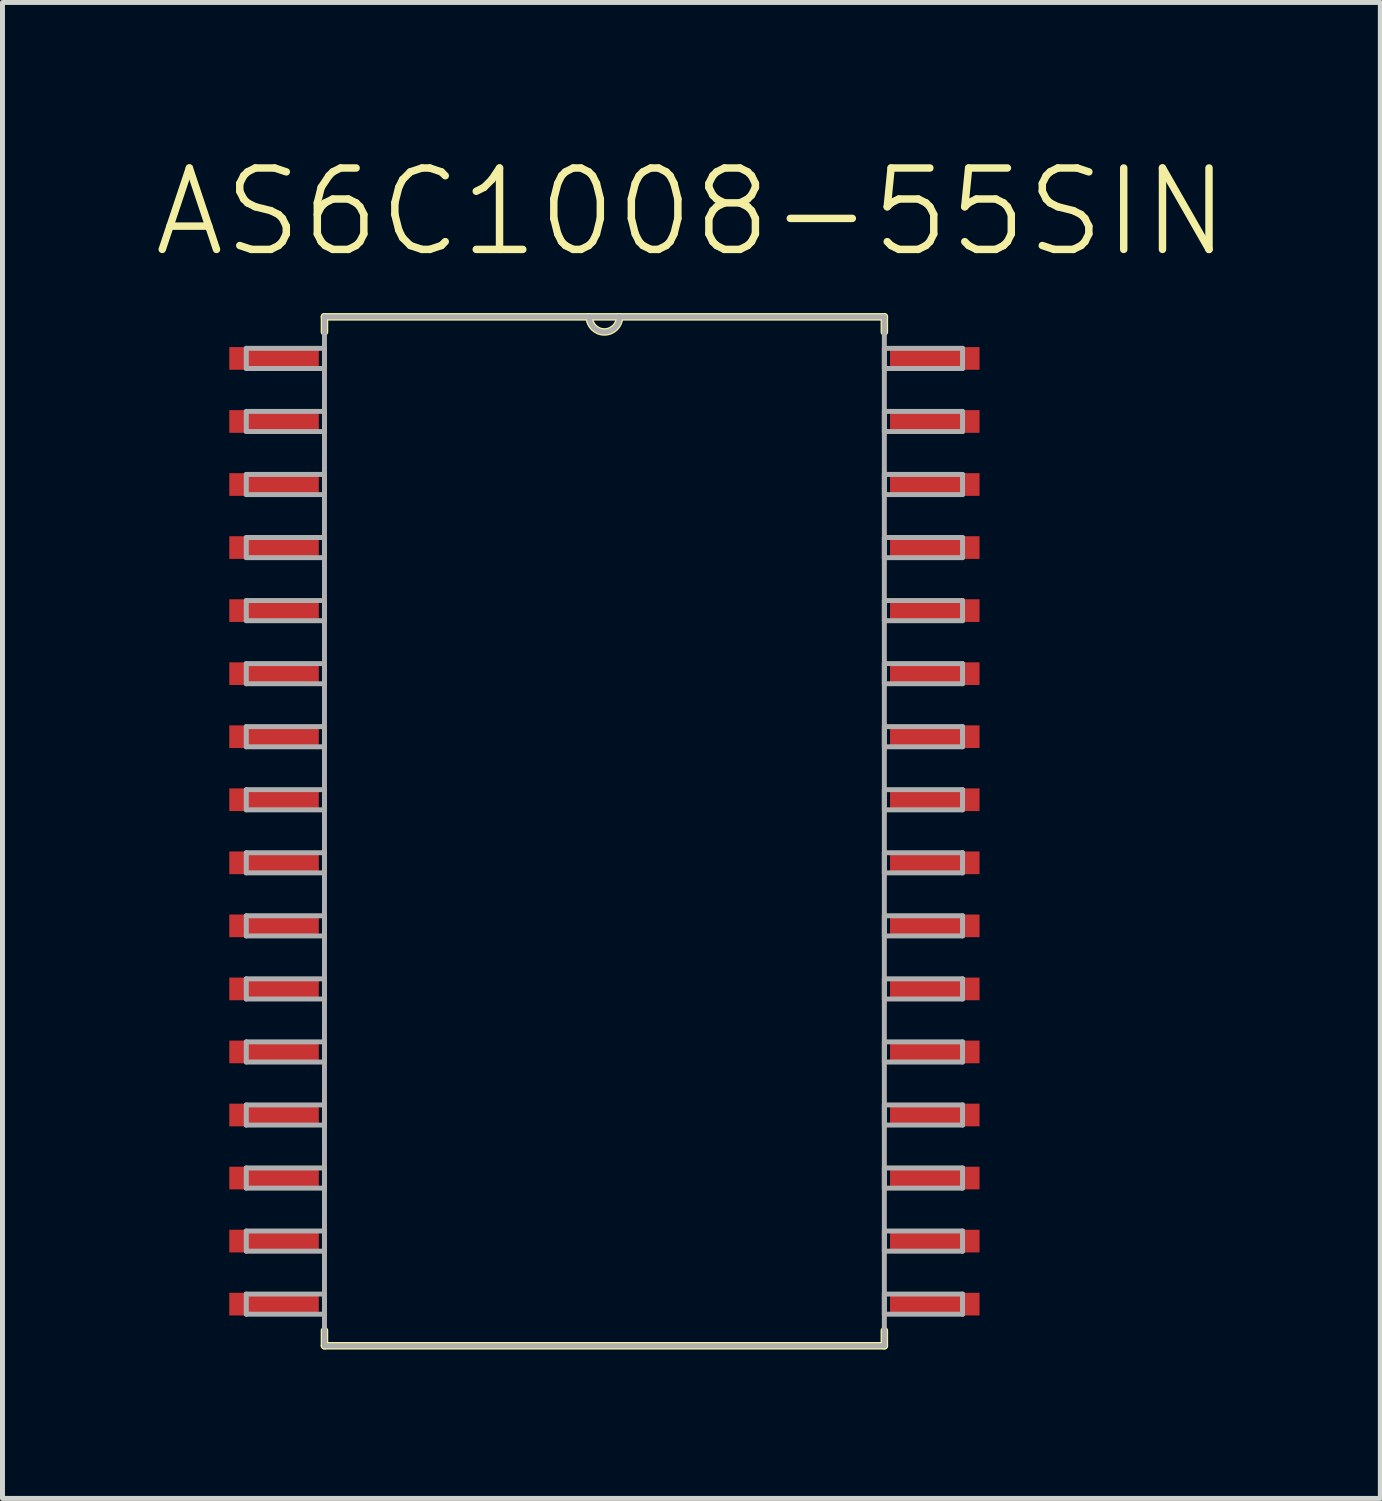
<source format=kicad_pcb>
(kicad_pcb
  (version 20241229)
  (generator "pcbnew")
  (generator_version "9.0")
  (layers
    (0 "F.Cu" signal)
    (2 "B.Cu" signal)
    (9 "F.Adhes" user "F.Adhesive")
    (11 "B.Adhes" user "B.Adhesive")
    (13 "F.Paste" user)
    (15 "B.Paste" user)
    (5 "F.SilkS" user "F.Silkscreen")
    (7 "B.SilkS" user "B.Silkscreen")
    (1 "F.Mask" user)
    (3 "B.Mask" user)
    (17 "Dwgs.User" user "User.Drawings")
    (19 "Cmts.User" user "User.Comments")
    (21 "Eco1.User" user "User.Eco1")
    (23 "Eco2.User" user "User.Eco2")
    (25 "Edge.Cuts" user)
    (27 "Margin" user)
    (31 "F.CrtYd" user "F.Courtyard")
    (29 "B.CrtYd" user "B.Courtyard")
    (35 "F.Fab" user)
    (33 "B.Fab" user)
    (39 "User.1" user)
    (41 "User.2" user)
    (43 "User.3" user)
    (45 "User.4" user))
  (footprint "AS6C1008-55SIN"
    (layer "F.Cu")
    (at 9.125 13.695)
    (property "Reference" "AS6C1008-55SIN" (at 1.753 -12.472 0) (layer "F.SilkS") (effects (font (size 1.64 1.64) (thickness 0.15))))
    (attr smd)
    (fp_line (start -5.639 -10.363) (end -5.639 -10.058) (stroke (width 0.152) (type solid)) (layer "F.SilkS"))
    (fp_line (start -5.639 10.058) (end -5.639 10.363) (stroke (width 0.152) (type solid)) (layer "F.SilkS"))
    (fp_line (start -5.639 10.363) (end 5.639 10.363) (stroke (width 0.152) (type solid)) (layer "F.SilkS"))
    (fp_line (start -0.305 -10.363) (end -5.639 -10.363) (stroke (width 0.152) (type solid)) (layer "F.SilkS"))
    (fp_line (start 0.305 -10.363) (end -0.305 -10.363) (stroke (width 0.152) (type solid)) (layer "F.SilkS"))
    (fp_line (start 5.639 -10.363) (end 0.305 -10.363) (stroke (width 0.152) (type solid)) (layer "F.SilkS"))
    (fp_line (start 5.639 -10.058) (end 5.639 -10.363) (stroke (width 0.152) (type solid)) (layer "F.SilkS"))
    (fp_line (start 5.639 10.363) (end 5.639 10.058) (stroke (width 0.152) (type solid)) (layer "F.SilkS"))
    (fp_arc (start 0.3048 -10.3632) (mid 0 -10.0584) (end -0.3048 -10.3632) (stroke (width 0.1524) (type solid)) (layer "F.SilkS"))
    (fp_line (start -7.214 -9.728) (end -7.214 -9.322) (stroke (width 0.1) (type solid)) (layer "F.Fab"))
    (fp_line (start -7.214 -9.322) (end -5.639 -9.322) (stroke (width 0.1) (type solid)) (layer "F.Fab"))
    (fp_line (start -7.214 -8.458) (end -7.214 -8.052) (stroke (width 0.1) (type solid)) (layer "F.Fab"))
    (fp_line (start -7.214 -8.052) (end -5.639 -8.052) (stroke (width 0.1) (type solid)) (layer "F.Fab"))
    (fp_line (start -7.214 -7.188) (end -7.214 -6.782) (stroke (width 0.1) (type solid)) (layer "F.Fab"))
    (fp_line (start -7.214 -6.782) (end -5.639 -6.782) (stroke (width 0.1) (type solid)) (layer "F.Fab"))
    (fp_line (start -7.214 -5.918) (end -7.214 -5.512) (stroke (width 0.1) (type solid)) (layer "F.Fab"))
    (fp_line (start -7.214 -5.512) (end -5.639 -5.512) (stroke (width 0.1) (type solid)) (layer "F.Fab"))
    (fp_line (start -7.214 -4.648) (end -7.214 -4.242) (stroke (width 0.1) (type solid)) (layer "F.Fab"))
    (fp_line (start -7.214 -4.242) (end -5.639 -4.242) (stroke (width 0.1) (type solid)) (layer "F.Fab"))
    (fp_line (start -7.214 -3.378) (end -7.214 -2.972) (stroke (width 0.1) (type solid)) (layer "F.Fab"))
    (fp_line (start -7.214 -2.972) (end -5.639 -2.972) (stroke (width 0.1) (type solid)) (layer "F.Fab"))
    (fp_line (start -7.214 -2.108) (end -7.214 -1.702) (stroke (width 0.1) (type solid)) (layer "F.Fab"))
    (fp_line (start -7.214 -1.702) (end -5.639 -1.702) (stroke (width 0.1) (type solid)) (layer "F.Fab"))
    (fp_line (start -7.214 -0.838) (end -7.214 -0.432) (stroke (width 0.1) (type solid)) (layer "F.Fab"))
    (fp_line (start -7.214 -0.432) (end -5.639 -0.432) (stroke (width 0.1) (type solid)) (layer "F.Fab"))
    (fp_line (start -7.214 0.432) (end -7.214 0.838) (stroke (width 0.1) (type solid)) (layer "F.Fab"))
    (fp_line (start -7.214 0.838) (end -5.639 0.838) (stroke (width 0.1) (type solid)) (layer "F.Fab"))
    (fp_line (start -7.214 1.702) (end -7.214 2.108) (stroke (width 0.1) (type solid)) (layer "F.Fab"))
    (fp_line (start -7.214 2.108) (end -5.639 2.108) (stroke (width 0.1) (type solid)) (layer "F.Fab"))
    (fp_line (start -7.214 2.972) (end -7.214 3.378) (stroke (width 0.1) (type solid)) (layer "F.Fab"))
    (fp_line (start -7.214 3.378) (end -5.639 3.378) (stroke (width 0.1) (type solid)) (layer "F.Fab"))
    (fp_line (start -7.214 4.242) (end -7.214 4.648) (stroke (width 0.1) (type solid)) (layer "F.Fab"))
    (fp_line (start -7.214 4.648) (end -5.639 4.648) (stroke (width 0.1) (type solid)) (layer "F.Fab"))
    (fp_line (start -7.214 5.512) (end -7.214 5.918) (stroke (width 0.1) (type solid)) (layer "F.Fab"))
    (fp_line (start -7.214 5.918) (end -5.639 5.918) (stroke (width 0.1) (type solid)) (layer "F.Fab"))
    (fp_line (start -7.214 6.782) (end -7.214 7.188) (stroke (width 0.1) (type solid)) (layer "F.Fab"))
    (fp_line (start -7.214 7.188) (end -5.639 7.188) (stroke (width 0.1) (type solid)) (layer "F.Fab"))
    (fp_line (start -7.214 8.052) (end -7.214 8.458) (stroke (width 0.1) (type solid)) (layer "F.Fab"))
    (fp_line (start -7.214 8.458) (end -5.639 8.458) (stroke (width 0.1) (type solid)) (layer "F.Fab"))
    (fp_line (start -7.214 9.322) (end -7.214 9.728) (stroke (width 0.1) (type solid)) (layer "F.Fab"))
    (fp_line (start -7.214 9.728) (end -5.639 9.728) (stroke (width 0.1) (type solid)) (layer "F.Fab"))
    (fp_line (start -5.639 -10.363) (end -5.639 10.363) (stroke (width 0.1) (type solid)) (layer "F.Fab"))
    (fp_line (start -5.639 -9.728) (end -7.214 -9.728) (stroke (width 0.1) (type solid)) (layer "F.Fab"))
    (fp_line (start -5.639 -9.322) (end -5.639 -9.728) (stroke (width 0.1) (type solid)) (layer "F.Fab"))
    (fp_line (start -5.639 -8.458) (end -7.214 -8.458) (stroke (width 0.1) (type solid)) (layer "F.Fab"))
    (fp_line (start -5.639 -8.052) (end -5.639 -8.458) (stroke (width 0.1) (type solid)) (layer "F.Fab"))
    (fp_line (start -5.639 -7.188) (end -7.214 -7.188) (stroke (width 0.1) (type solid)) (layer "F.Fab"))
    (fp_line (start -5.639 -6.782) (end -5.639 -7.188) (stroke (width 0.1) (type solid)) (layer "F.Fab"))
    (fp_line (start -5.639 -5.918) (end -7.214 -5.918) (stroke (width 0.1) (type solid)) (layer "F.Fab"))
    (fp_line (start -5.639 -5.512) (end -5.639 -5.918) (stroke (width 0.1) (type solid)) (layer "F.Fab"))
    (fp_line (start -5.639 -4.648) (end -7.214 -4.648) (stroke (width 0.1) (type solid)) (layer "F.Fab"))
    (fp_line (start -5.639 -4.242) (end -5.639 -4.648) (stroke (width 0.1) (type solid)) (layer "F.Fab"))
    (fp_line (start -5.639 -3.378) (end -7.214 -3.378) (stroke (width 0.1) (type solid)) (layer "F.Fab"))
    (fp_line (start -5.639 -2.972) (end -5.639 -3.378) (stroke (width 0.1) (type solid)) (layer "F.Fab"))
    (fp_line (start -5.639 -2.108) (end -7.214 -2.108) (stroke (width 0.1) (type solid)) (layer "F.Fab"))
    (fp_line (start -5.639 -1.702) (end -5.639 -2.108) (stroke (width 0.1) (type solid)) (layer "F.Fab"))
    (fp_line (start -5.639 -0.838) (end -7.214 -0.838) (stroke (width 0.1) (type solid)) (layer "F.Fab"))
    (fp_line (start -5.639 -0.432) (end -5.639 -0.838) (stroke (width 0.1) (type solid)) (layer "F.Fab"))
    (fp_line (start -5.639 0.432) (end -7.214 0.432) (stroke (width 0.1) (type solid)) (layer "F.Fab"))
    (fp_line (start -5.639 0.838) (end -5.639 0.432) (stroke (width 0.1) (type solid)) (layer "F.Fab"))
    (fp_line (start -5.639 1.702) (end -7.214 1.702) (stroke (width 0.1) (type solid)) (layer "F.Fab"))
    (fp_line (start -5.639 2.108) (end -5.639 1.702) (stroke (width 0.1) (type solid)) (layer "F.Fab"))
    (fp_line (start -5.639 2.972) (end -7.214 2.972) (stroke (width 0.1) (type solid)) (layer "F.Fab"))
    (fp_line (start -5.639 3.378) (end -5.639 2.972) (stroke (width 0.1) (type solid)) (layer "F.Fab"))
    (fp_line (start -5.639 4.242) (end -7.214 4.242) (stroke (width 0.1) (type solid)) (layer "F.Fab"))
    (fp_line (start -5.639 4.648) (end -5.639 4.242) (stroke (width 0.1) (type solid)) (layer "F.Fab"))
    (fp_line (start -5.639 5.512) (end -7.214 5.512) (stroke (width 0.1) (type solid)) (layer "F.Fab"))
    (fp_line (start -5.639 5.918) (end -5.639 5.512) (stroke (width 0.1) (type solid)) (layer "F.Fab"))
    (fp_line (start -5.639 6.782) (end -7.214 6.782) (stroke (width 0.1) (type solid)) (layer "F.Fab"))
    (fp_line (start -5.639 7.188) (end -5.639 6.782) (stroke (width 0.1) (type solid)) (layer "F.Fab"))
    (fp_line (start -5.639 8.052) (end -7.214 8.052) (stroke (width 0.1) (type solid)) (layer "F.Fab"))
    (fp_line (start -5.639 8.458) (end -5.639 8.052) (stroke (width 0.1) (type solid)) (layer "F.Fab"))
    (fp_line (start -5.639 9.322) (end -7.214 9.322) (stroke (width 0.1) (type solid)) (layer "F.Fab"))
    (fp_line (start -5.639 9.728) (end -5.639 9.322) (stroke (width 0.1) (type solid)) (layer "F.Fab"))
    (fp_line (start -5.639 10.363) (end 5.639 10.363) (stroke (width 0.1) (type solid)) (layer "F.Fab"))
    (fp_line (start -0.305 -10.363) (end -5.639 -10.363) (stroke (width 0.1) (type solid)) (layer "F.Fab"))
    (fp_line (start 0.305 -10.363) (end -0.305 -10.363) (stroke (width 0.1) (type solid)) (layer "F.Fab"))
    (fp_line (start 5.639 -10.363) (end 0.305 -10.363) (stroke (width 0.1) (type solid)) (layer "F.Fab"))
    (fp_line (start 5.639 -9.728) (end 5.639 -9.322) (stroke (width 0.1) (type solid)) (layer "F.Fab"))
    (fp_line (start 5.639 -9.322) (end 7.214 -9.322) (stroke (width 0.1) (type solid)) (layer "F.Fab"))
    (fp_line (start 5.639 -8.458) (end 5.639 -8.052) (stroke (width 0.1) (type solid)) (layer "F.Fab"))
    (fp_line (start 5.639 -8.052) (end 7.214 -8.052) (stroke (width 0.1) (type solid)) (layer "F.Fab"))
    (fp_line (start 5.639 -7.188) (end 5.639 -6.782) (stroke (width 0.1) (type solid)) (layer "F.Fab"))
    (fp_line (start 5.639 -6.782) (end 7.214 -6.782) (stroke (width 0.1) (type solid)) (layer "F.Fab"))
    (fp_line (start 5.639 -5.918) (end 5.639 -5.512) (stroke (width 0.1) (type solid)) (layer "F.Fab"))
    (fp_line (start 5.639 -5.512) (end 7.214 -5.512) (stroke (width 0.1) (type solid)) (layer "F.Fab"))
    (fp_line (start 5.639 -4.648) (end 5.639 -4.242) (stroke (width 0.1) (type solid)) (layer "F.Fab"))
    (fp_line (start 5.639 -4.242) (end 7.214 -4.242) (stroke (width 0.1) (type solid)) (layer "F.Fab"))
    (fp_line (start 5.639 -3.378) (end 5.639 -2.972) (stroke (width 0.1) (type solid)) (layer "F.Fab"))
    (fp_line (start 5.639 -2.972) (end 7.214 -2.972) (stroke (width 0.1) (type solid)) (layer "F.Fab"))
    (fp_line (start 5.639 -2.108) (end 5.639 -1.702) (stroke (width 0.1) (type solid)) (layer "F.Fab"))
    (fp_line (start 5.639 -1.702) (end 7.214 -1.702) (stroke (width 0.1) (type solid)) (layer "F.Fab"))
    (fp_line (start 5.639 -0.838) (end 5.639 -0.432) (stroke (width 0.1) (type solid)) (layer "F.Fab"))
    (fp_line (start 5.639 -0.432) (end 7.214 -0.432) (stroke (width 0.1) (type solid)) (layer "F.Fab"))
    (fp_line (start 5.639 0.432) (end 5.639 0.838) (stroke (width 0.1) (type solid)) (layer "F.Fab"))
    (fp_line (start 5.639 0.838) (end 7.214 0.838) (stroke (width 0.1) (type solid)) (layer "F.Fab"))
    (fp_line (start 5.639 1.702) (end 5.639 2.108) (stroke (width 0.1) (type solid)) (layer "F.Fab"))
    (fp_line (start 5.639 2.108) (end 7.214 2.108) (stroke (width 0.1) (type solid)) (layer "F.Fab"))
    (fp_line (start 5.639 2.972) (end 5.639 3.378) (stroke (width 0.1) (type solid)) (layer "F.Fab"))
    (fp_line (start 5.639 3.378) (end 7.214 3.378) (stroke (width 0.1) (type solid)) (layer "F.Fab"))
    (fp_line (start 5.639 4.242) (end 5.639 4.648) (stroke (width 0.1) (type solid)) (layer "F.Fab"))
    (fp_line (start 5.639 4.648) (end 7.214 4.648) (stroke (width 0.1) (type solid)) (layer "F.Fab"))
    (fp_line (start 5.639 5.512) (end 5.639 5.918) (stroke (width 0.1) (type solid)) (layer "F.Fab"))
    (fp_line (start 5.639 5.918) (end 7.214 5.918) (stroke (width 0.1) (type solid)) (layer "F.Fab"))
    (fp_line (start 5.639 6.782) (end 5.639 7.188) (stroke (width 0.1) (type solid)) (layer "F.Fab"))
    (fp_line (start 5.639 7.188) (end 7.214 7.188) (stroke (width 0.1) (type solid)) (layer "F.Fab"))
    (fp_line (start 5.639 8.052) (end 5.639 8.458) (stroke (width 0.1) (type solid)) (layer "F.Fab"))
    (fp_line (start 5.639 8.458) (end 7.214 8.458) (stroke (width 0.1) (type solid)) (layer "F.Fab"))
    (fp_line (start 5.639 9.322) (end 5.639 9.728) (stroke (width 0.1) (type solid)) (layer "F.Fab"))
    (fp_line (start 5.639 9.728) (end 7.214 9.728) (stroke (width 0.1) (type solid)) (layer "F.Fab"))
    (fp_line (start 5.639 10.363) (end 5.639 -10.363) (stroke (width 0.1) (type solid)) (layer "F.Fab"))
    (fp_line (start 7.214 -9.728) (end 5.639 -9.728) (stroke (width 0.1) (type solid)) (layer "F.Fab"))
    (fp_line (start 7.214 -9.322) (end 7.214 -9.728) (stroke (width 0.1) (type solid)) (layer "F.Fab"))
    (fp_line (start 7.214 -8.458) (end 5.639 -8.458) (stroke (width 0.1) (type solid)) (layer "F.Fab"))
    (fp_line (start 7.214 -8.052) (end 7.214 -8.458) (stroke (width 0.1) (type solid)) (layer "F.Fab"))
    (fp_line (start 7.214 -7.188) (end 5.639 -7.188) (stroke (width 0.1) (type solid)) (layer "F.Fab"))
    (fp_line (start 7.214 -6.782) (end 7.214 -7.188) (stroke (width 0.1) (type solid)) (layer "F.Fab"))
    (fp_line (start 7.214 -5.918) (end 5.639 -5.918) (stroke (width 0.1) (type solid)) (layer "F.Fab"))
    (fp_line (start 7.214 -5.512) (end 7.214 -5.918) (stroke (width 0.1) (type solid)) (layer "F.Fab"))
    (fp_line (start 7.214 -4.648) (end 5.639 -4.648) (stroke (width 0.1) (type solid)) (layer "F.Fab"))
    (fp_line (start 7.214 -4.242) (end 7.214 -4.648) (stroke (width 0.1) (type solid)) (layer "F.Fab"))
    (fp_line (start 7.214 -3.378) (end 5.639 -3.378) (stroke (width 0.1) (type solid)) (layer "F.Fab"))
    (fp_line (start 7.214 -2.972) (end 7.214 -3.378) (stroke (width 0.1) (type solid)) (layer "F.Fab"))
    (fp_line (start 7.214 -2.108) (end 5.639 -2.108) (stroke (width 0.1) (type solid)) (layer "F.Fab"))
    (fp_line (start 7.214 -1.702) (end 7.214 -2.108) (stroke (width 0.1) (type solid)) (layer "F.Fab"))
    (fp_line (start 7.214 -0.838) (end 5.639 -0.838) (stroke (width 0.1) (type solid)) (layer "F.Fab"))
    (fp_line (start 7.214 -0.432) (end 7.214 -0.838) (stroke (width 0.1) (type solid)) (layer "F.Fab"))
    (fp_line (start 7.214 0.432) (end 5.639 0.432) (stroke (width 0.1) (type solid)) (layer "F.Fab"))
    (fp_line (start 7.214 0.838) (end 7.214 0.432) (stroke (width 0.1) (type solid)) (layer "F.Fab"))
    (fp_line (start 7.214 1.702) (end 5.639 1.702) (stroke (width 0.1) (type solid)) (layer "F.Fab"))
    (fp_line (start 7.214 2.108) (end 7.214 1.702) (stroke (width 0.1) (type solid)) (layer "F.Fab"))
    (fp_line (start 7.214 2.972) (end 5.639 2.972) (stroke (width 0.1) (type solid)) (layer "F.Fab"))
    (fp_line (start 7.214 3.378) (end 7.214 2.972) (stroke (width 0.1) (type solid)) (layer "F.Fab"))
    (fp_line (start 7.214 4.242) (end 5.639 4.242) (stroke (width 0.1) (type solid)) (layer "F.Fab"))
    (fp_line (start 7.214 4.648) (end 7.214 4.242) (stroke (width 0.1) (type solid)) (layer "F.Fab"))
    (fp_line (start 7.214 5.512) (end 5.639 5.512) (stroke (width 0.1) (type solid)) (layer "F.Fab"))
    (fp_line (start 7.214 5.918) (end 7.214 5.512) (stroke (width 0.1) (type solid)) (layer "F.Fab"))
    (fp_line (start 7.214 6.782) (end 5.639 6.782) (stroke (width 0.1) (type solid)) (layer "F.Fab"))
    (fp_line (start 7.214 7.188) (end 7.214 6.782) (stroke (width 0.1) (type solid)) (layer "F.Fab"))
    (fp_line (start 7.214 8.052) (end 5.639 8.052) (stroke (width 0.1) (type solid)) (layer "F.Fab"))
    (fp_line (start 7.214 8.458) (end 7.214 8.052) (stroke (width 0.1) (type solid)) (layer "F.Fab"))
    (fp_line (start 7.214 9.322) (end 5.639 9.322) (stroke (width 0.1) (type solid)) (layer "F.Fab"))
    (fp_line (start 7.214 9.728) (end 7.214 9.322) (stroke (width 0.1) (type solid)) (layer "F.Fab"))
    (fp_arc (start 0.3048 -10.3632) (mid 0 -10.0584) (end -0.3048 -10.3632) (stroke (width 0.1) (type solid)) (layer "F.Fab"))
    (pad "1" smd rect (at -6.655 -9.525) (size 1.803 0.457) (layers "F.Cu" "F.Mask" "F.Paste"))
    (pad "2" smd rect (at -6.655 -8.255) (size 1.803 0.457) (layers "F.Cu" "F.Mask" "F.Paste"))
    (pad "3" smd rect (at -6.655 -6.985) (size 1.803 0.457) (layers "F.Cu" "F.Mask" "F.Paste"))
    (pad "4" smd rect (at -6.655 -5.715) (size 1.803 0.457) (layers "F.Cu" "F.Mask" "F.Paste"))
    (pad "5" smd rect (at -6.655 -4.445) (size 1.803 0.457) (layers "F.Cu" "F.Mask" "F.Paste"))
    (pad "6" smd rect (at -6.655 -3.175) (size 1.803 0.457) (layers "F.Cu" "F.Mask" "F.Paste"))
    (pad "7" smd rect (at -6.655 -1.905) (size 1.803 0.457) (layers "F.Cu" "F.Mask" "F.Paste"))
    (pad "8" smd rect (at -6.655 -0.635) (size 1.803 0.457) (layers "F.Cu" "F.Mask" "F.Paste"))
    (pad "9" smd rect (at -6.655 0.635) (size 1.803 0.457) (layers "F.Cu" "F.Mask" "F.Paste"))
    (pad "10" smd rect (at -6.655 1.905) (size 1.803 0.457) (layers "F.Cu" "F.Mask" "F.Paste"))
    (pad "11" smd rect (at -6.655 3.175) (size 1.803 0.457) (layers "F.Cu" "F.Mask" "F.Paste"))
    (pad "12" smd rect (at -6.655 4.445) (size 1.803 0.457) (layers "F.Cu" "F.Mask" "F.Paste"))
    (pad "13" smd rect (at -6.655 5.715) (size 1.803 0.457) (layers "F.Cu" "F.Mask" "F.Paste"))
    (pad "14" smd rect (at -6.655 6.985) (size 1.803 0.457) (layers "F.Cu" "F.Mask" "F.Paste"))
    (pad "15" smd rect (at -6.655 8.255) (size 1.803 0.457) (layers "F.Cu" "F.Mask" "F.Paste"))
    (pad "16" smd rect (at -6.655 9.525) (size 1.803 0.457) (layers "F.Cu" "F.Mask" "F.Paste"))
    (pad "17" smd rect (at 6.655 9.525) (size 1.803 0.457) (layers "F.Cu" "F.Mask" "F.Paste"))
    (pad "18" smd rect (at 6.655 8.255) (size 1.803 0.457) (layers "F.Cu" "F.Mask" "F.Paste"))
    (pad "19" smd rect (at 6.655 6.985) (size 1.803 0.457) (layers "F.Cu" "F.Mask" "F.Paste"))
    (pad "20" smd rect (at 6.655 5.715) (size 1.803 0.457) (layers "F.Cu" "F.Mask" "F.Paste"))
    (pad "21" smd rect (at 6.655 4.445) (size 1.803 0.457) (layers "F.Cu" "F.Mask" "F.Paste"))
    (pad "22" smd rect (at 6.655 3.175) (size 1.803 0.457) (layers "F.Cu" "F.Mask" "F.Paste"))
    (pad "23" smd rect (at 6.655 1.905) (size 1.803 0.457) (layers "F.Cu" "F.Mask" "F.Paste"))
    (pad "24" smd rect (at 6.655 0.635) (size 1.803 0.457) (layers "F.Cu" "F.Mask" "F.Paste"))
    (pad "25" smd rect (at 6.655 -0.635) (size 1.803 0.457) (layers "F.Cu" "F.Mask" "F.Paste"))
    (pad "26" smd rect (at 6.655 -1.905) (size 1.803 0.457) (layers "F.Cu" "F.Mask" "F.Paste"))
    (pad "27" smd rect (at 6.655 -3.175) (size 1.803 0.457) (layers "F.Cu" "F.Mask" "F.Paste"))
    (pad "28" smd rect (at 6.655 -4.445) (size 1.803 0.457) (layers "F.Cu" "F.Mask" "F.Paste"))
    (pad "29" smd rect (at 6.655 -5.715) (size 1.803 0.457) (layers "F.Cu" "F.Mask" "F.Paste"))
    (pad "30" smd rect (at 6.655 -6.985) (size 1.803 0.457) (layers "F.Cu" "F.Mask" "F.Paste"))
    (pad "31" smd rect (at 6.655 -8.255) (size 1.803 0.457) (layers "F.Cu" "F.Mask" "F.Paste"))
    (pad "32" smd rect (at 6.655 -9.525) (size 1.803 0.457) (layers "F.Cu" "F.Mask" "F.Paste")))
  (gr_rect
    (start -3 -3)
    (end 24.755 27.134)
    (stroke (width 0.1) (type default))
    (fill no)
    (layer "Edge.Cuts")))
</source>
